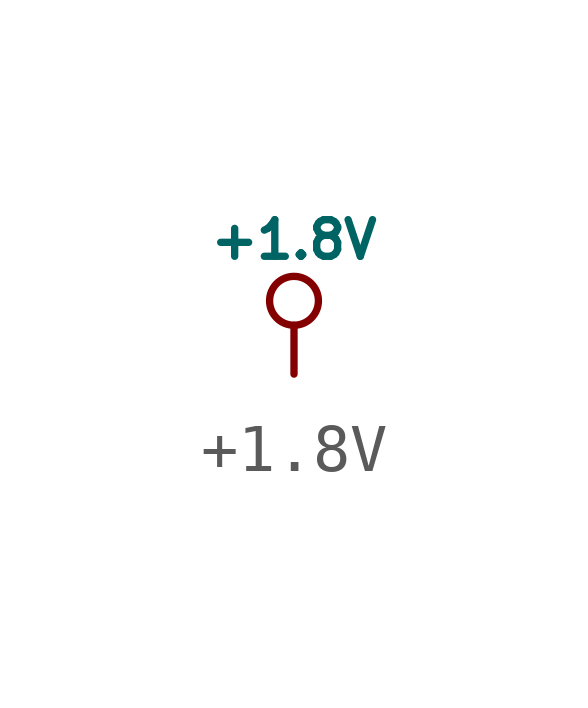
<source format=kicad_sym>
(kicad_symbol_lib
  (version 20241209)
  (generator "kicad_symbol_editor")
  (generator_version "9.0")
  (symbol "+1.8V"
    (power)
    (pin_names
      (offset 0))
    (property "Reference" "#PWR"
      (at 0 -1.016 0)
      (effects (font (size 0.762 0.762)) (hide yes)))
    (property "Value" "+1.8V"
      (at 0 2.794 0)
      (effects (font (size 0.762 0.762))))
    (property "Footprint" ""
      (at 0 0 0)
      (effects (font (size 1.524 1.524))))
    (property "Datasheet" ""
      (at 0 0 0)
      (effects (font (size 1.524 1.524))))
    (symbol "+1.8V_0_0"
      (pin power_in line (at 0 0 90) (length 0) (hide yes) (name "+1.8V" (effects (font (size 0.762 0.762)))) (number "1" (effects (font (size 0.762 0.762))))))
    (symbol "+1.8V_0_1"
      (circle (center 0 1.524) (radius 0.508) (stroke (width 0) (type default)) (fill (type none)))
      (polyline (pts (xy 0 0) (xy 0 1.016) (xy 0 1.016)) (stroke (width 0) (type default)) (fill (type none))))))
</source>
